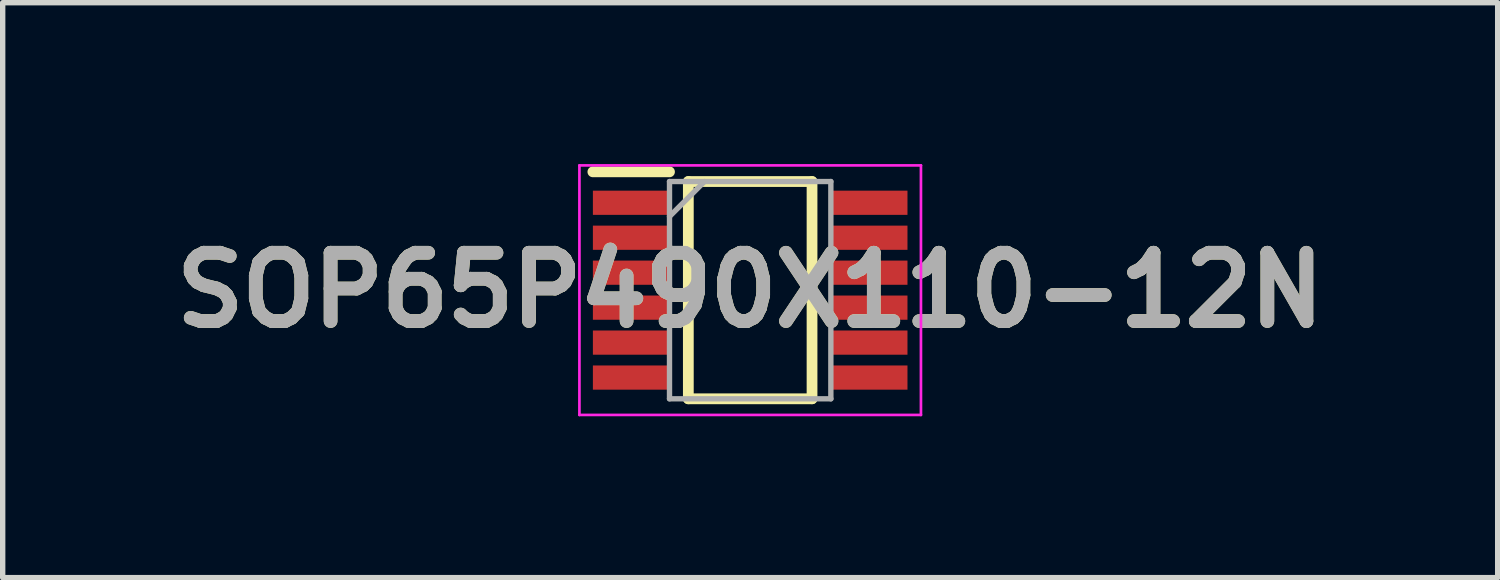
<source format=kicad_pcb>
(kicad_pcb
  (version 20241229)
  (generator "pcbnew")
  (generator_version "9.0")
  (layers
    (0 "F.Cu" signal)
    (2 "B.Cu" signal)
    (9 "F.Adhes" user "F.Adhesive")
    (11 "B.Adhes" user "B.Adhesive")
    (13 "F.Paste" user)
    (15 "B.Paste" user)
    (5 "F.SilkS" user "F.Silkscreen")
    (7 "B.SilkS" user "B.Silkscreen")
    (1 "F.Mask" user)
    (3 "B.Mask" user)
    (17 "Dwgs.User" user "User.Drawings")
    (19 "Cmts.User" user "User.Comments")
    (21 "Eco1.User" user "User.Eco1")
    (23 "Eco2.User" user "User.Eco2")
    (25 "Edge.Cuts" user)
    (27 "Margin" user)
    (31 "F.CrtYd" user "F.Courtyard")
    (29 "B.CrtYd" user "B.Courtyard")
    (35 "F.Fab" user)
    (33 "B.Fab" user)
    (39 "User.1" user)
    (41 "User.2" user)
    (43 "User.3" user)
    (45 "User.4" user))
  (footprint "SOP65P490X110-12N"
    (layer "F.Cu")
    (at 10.898 2.345)
    (property "Reference" "SOP65P490X110-12N" (at 0 0 0) (layer "F.SilkS") (effects (font (size 1.27 1.27) (thickness 0.254))))
    (attr smd)
    (fp_line (start -2.925 -2.2) (end -1.5 -2.2) (stroke (width 0.2) (type solid)) (layer "F.SilkS"))
    (fp_line (start -1.15 -2.02) (end 1.15 -2.02) (stroke (width 0.2) (type solid)) (layer "F.SilkS"))
    (fp_line (start -1.15 2.02) (end -1.15 -2.02) (stroke (width 0.2) (type solid)) (layer "F.SilkS"))
    (fp_line (start 1.15 -2.02) (end 1.15 2.02) (stroke (width 0.2) (type solid)) (layer "F.SilkS"))
    (fp_line (start 1.15 2.02) (end -1.15 2.02) (stroke (width 0.2) (type solid)) (layer "F.SilkS"))
    (fp_line (start -3.175 -2.32) (end 3.175 -2.32) (stroke (width 0.05) (type solid)) (layer "F.CrtYd"))
    (fp_line (start -3.175 2.32) (end -3.175 -2.32) (stroke (width 0.05) (type solid)) (layer "F.CrtYd"))
    (fp_line (start 3.175 -2.32) (end 3.175 2.32) (stroke (width 0.05) (type solid)) (layer "F.CrtYd"))
    (fp_line (start 3.175 2.32) (end -3.175 2.32) (stroke (width 0.05) (type solid)) (layer "F.CrtYd"))
    (fp_line (start -1.5 -2.02) (end 1.5 -2.02) (stroke (width 0.1) (type solid)) (layer "F.Fab"))
    (fp_line (start -1.5 -1.37) (end -0.85 -2.02) (stroke (width 0.1) (type solid)) (layer "F.Fab"))
    (fp_line (start -1.5 2.02) (end -1.5 -2.02) (stroke (width 0.1) (type solid)) (layer "F.Fab"))
    (fp_line (start 1.5 -2.02) (end 1.5 2.02) (stroke (width 0.1) (type solid)) (layer "F.Fab"))
    (fp_line (start 1.5 2.02) (end -1.5 2.02) (stroke (width 0.1) (type solid)) (layer "F.Fab"))
    (fp_text user "${REFERENCE}" (at 0 0 0) (layer "F.Fab") (effects (font (size 1.27 1.27) (thickness 0.254))))
    (pad "1" smd rect (at -2.212 -1.625 90) (size 0.45 1.425) (layers "F.Cu" "F.Mask" "F.Paste"))
    (pad "2" smd rect (at -2.212 -0.975 90) (size 0.45 1.425) (layers "F.Cu" "F.Mask" "F.Paste"))
    (pad "3" smd rect (at -2.212 -0.325 90) (size 0.45 1.425) (layers "F.Cu" "F.Mask" "F.Paste"))
    (pad "4" smd rect (at -2.212 0.325 90) (size 0.45 1.425) (layers "F.Cu" "F.Mask" "F.Paste"))
    (pad "5" smd rect (at -2.212 0.975 90) (size 0.45 1.425) (layers "F.Cu" "F.Mask" "F.Paste"))
    (pad "6" smd rect (at -2.212 1.625 90) (size 0.45 1.425) (layers "F.Cu" "F.Mask" "F.Paste"))
    (pad "7" smd rect (at 2.212 1.625 90) (size 0.45 1.425) (layers "F.Cu" "F.Mask" "F.Paste"))
    (pad "8" smd rect (at 2.212 0.975 90) (size 0.45 1.425) (layers "F.Cu" "F.Mask" "F.Paste"))
    (pad "9" smd rect (at 2.212 0.325 90) (size 0.45 1.425) (layers "F.Cu" "F.Mask" "F.Paste"))
    (pad "10" smd rect (at 2.212 -0.325 90) (size 0.45 1.425) (layers "F.Cu" "F.Mask" "F.Paste"))
    (pad "11" smd rect (at 2.212 -0.975 90) (size 0.45 1.425) (layers "F.Cu" "F.Mask" "F.Paste"))
    (pad "12" smd rect (at 2.212 -1.625 90) (size 0.45 1.425) (layers "F.Cu" "F.Mask" "F.Paste")))
  (gr_rect
    (start -3 -3)
    (end 24.796 7.69)
    (stroke (width 0.1) (type default))
    (fill no)
    (layer "Edge.Cuts")))
</source>
